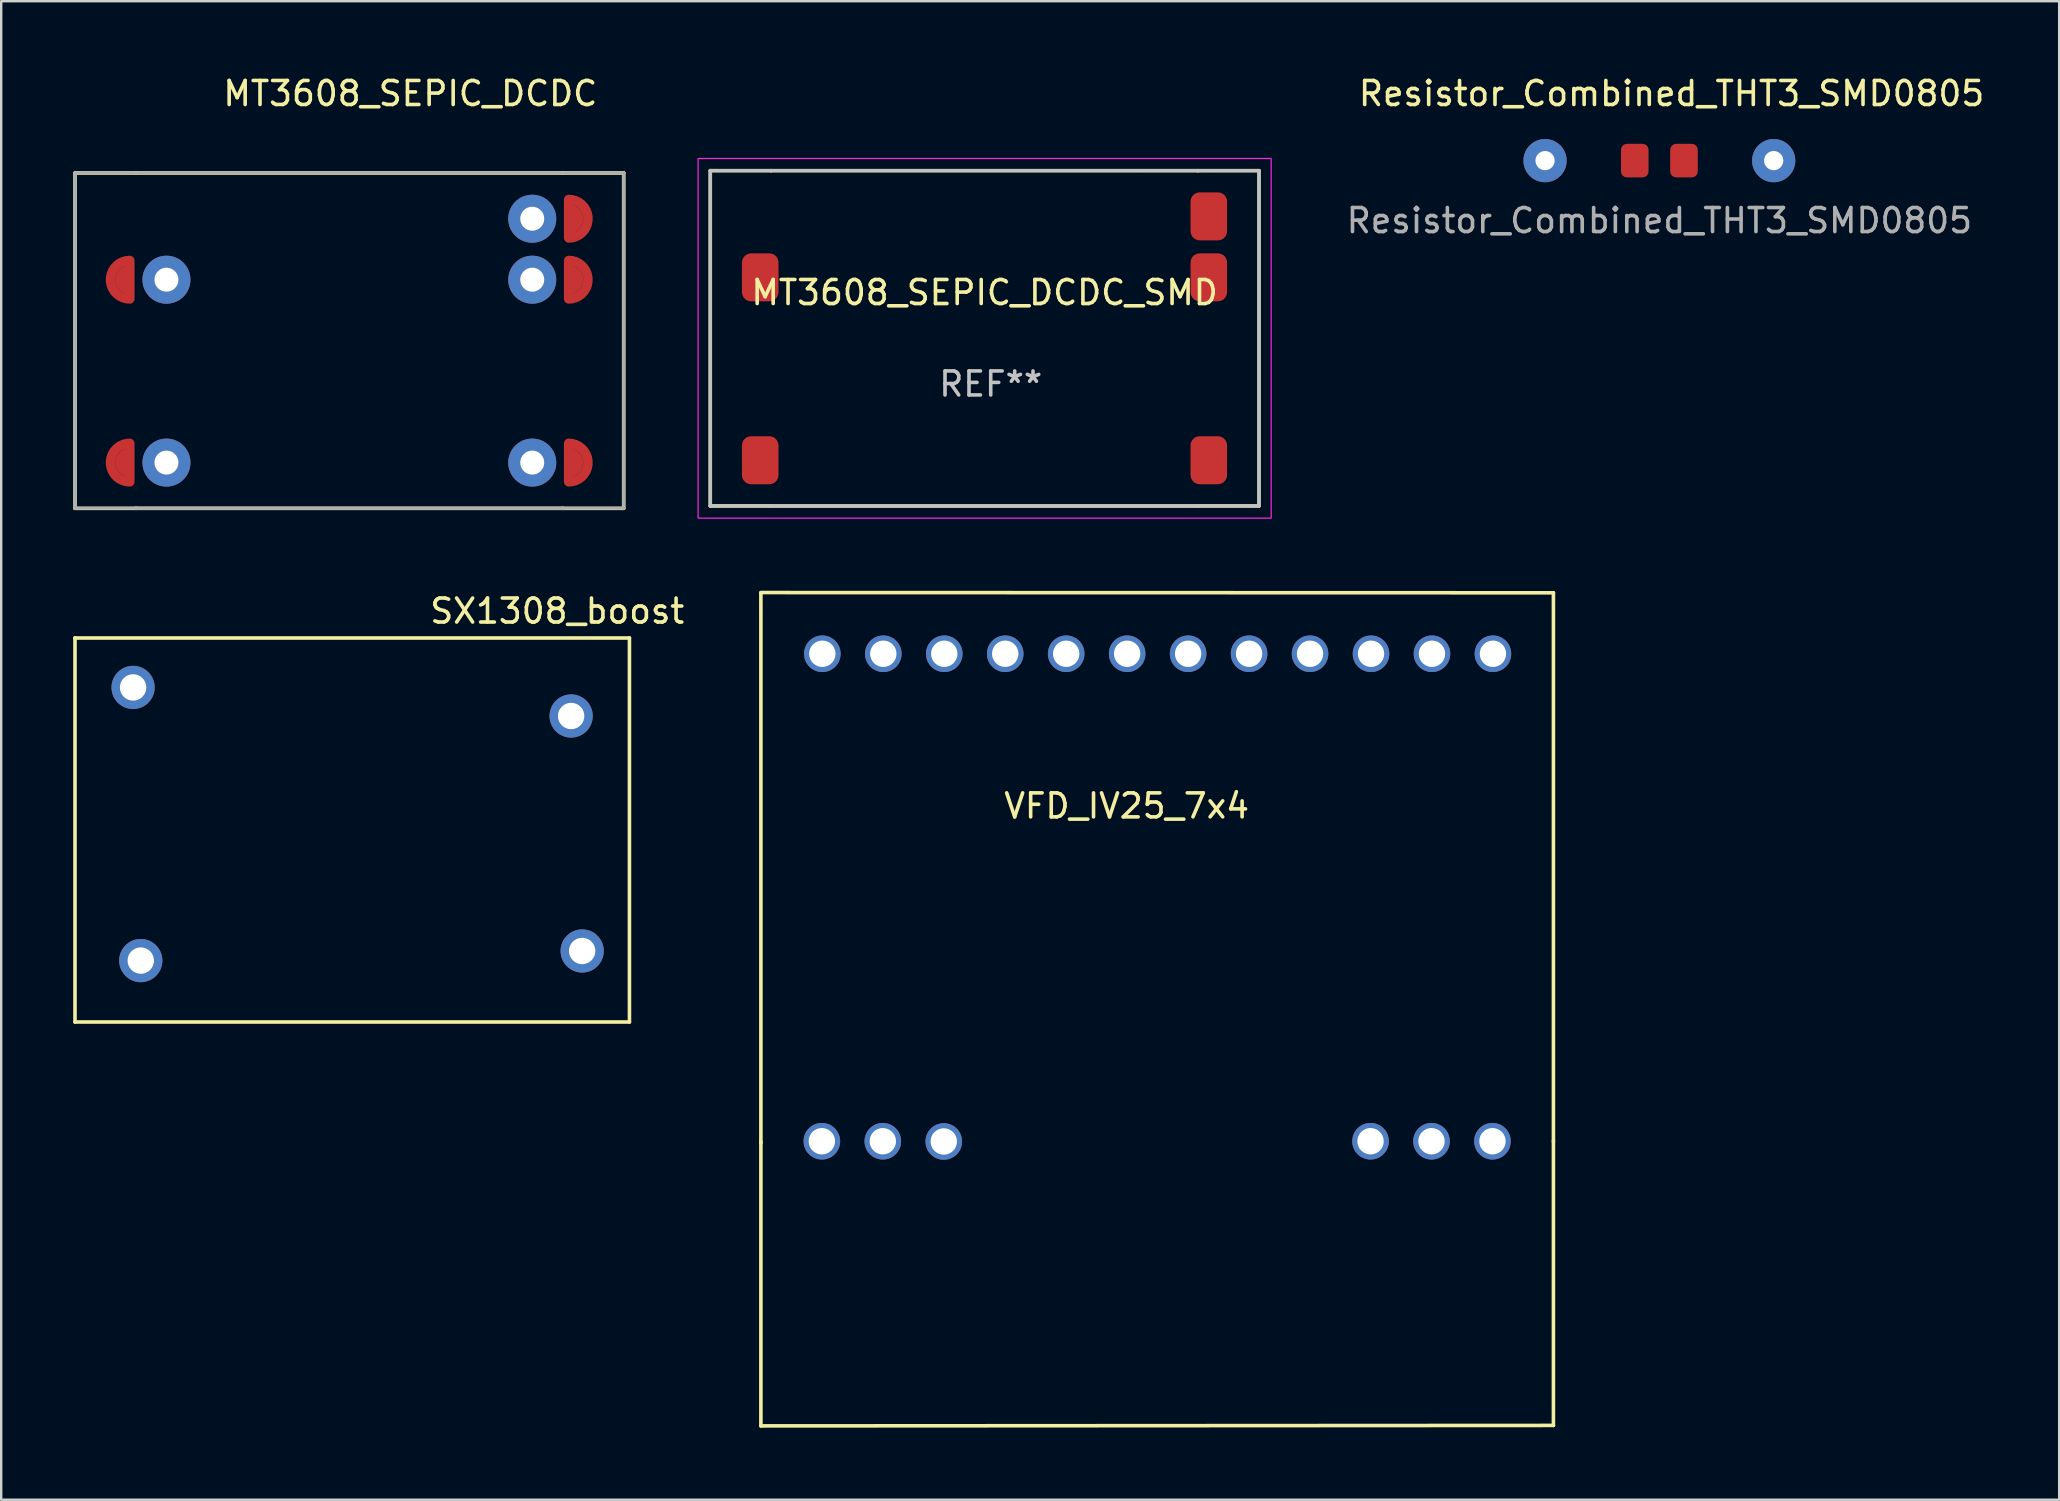
<source format=kicad_pcb>
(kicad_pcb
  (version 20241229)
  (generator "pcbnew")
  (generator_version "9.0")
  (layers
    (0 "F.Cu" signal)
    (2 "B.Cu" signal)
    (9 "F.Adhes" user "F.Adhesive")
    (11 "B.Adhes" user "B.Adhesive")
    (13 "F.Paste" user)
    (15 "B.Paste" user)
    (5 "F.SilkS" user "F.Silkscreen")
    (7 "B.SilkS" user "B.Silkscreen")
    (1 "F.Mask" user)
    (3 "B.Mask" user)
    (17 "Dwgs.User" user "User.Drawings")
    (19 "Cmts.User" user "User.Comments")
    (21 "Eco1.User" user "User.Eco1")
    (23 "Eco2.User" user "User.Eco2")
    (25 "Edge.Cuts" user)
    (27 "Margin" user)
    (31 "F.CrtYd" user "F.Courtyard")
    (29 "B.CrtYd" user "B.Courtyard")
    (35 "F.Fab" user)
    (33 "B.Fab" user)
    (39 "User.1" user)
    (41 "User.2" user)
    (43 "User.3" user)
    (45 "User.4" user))
  (footprint "VFD_IV25_7x4"
    (layer "F.Cu")
    (at 43.891 41.958)
    (property "Reference" "VFD_IV25_7x4" (at 0 -11.43 0) (layer "F.SilkS") (effects (font (size 1 1) (thickness 0.15))))
    (attr through_hole)
    (fp_line (start -15.24 -20.32) (end 17.78 -20.31) (stroke (width 0.15) (type solid)) (layer "F.SilkS"))
    (fp_line (start -15.24 2.56) (end -15.24 14.4) (stroke (width 0.15) (type solid)) (layer "F.SilkS"))
    (fp_line (start -15.24 2.62) (end -15.24 -20.31) (stroke (width 0.15) (type solid)) (layer "F.SilkS"))
    (fp_line (start 17.78 -20.31) (end 17.78 2.54) (stroke (width 0.15) (type solid)) (layer "F.SilkS"))
    (fp_line (start 17.78 2.54) (end 17.78 14.38) (stroke (width 0.15) (type solid)) (layer "F.SilkS"))
    (fp_line (start 17.78 14.38) (end -15.24 14.4) (stroke (width 0.15) (type solid)) (layer "F.SilkS"))
    (pad "1" thru_hole circle (at -12.68 -17.77) (size 1.524 1.524) (drill 1.1) (layers "*.Cu" "*.Mask"))
    (pad "2" thru_hole circle (at -10.14 -17.77) (size 1.524 1.524) (drill 1.1) (layers "*.Cu" "*.Mask"))
    (pad "3" thru_hole circle (at -7.6 -17.77) (size 1.524 1.524) (drill 1.1) (layers "*.Cu" "*.Mask"))
    (pad "4" thru_hole circle (at -5.06 -17.77) (size 1.524 1.524) (drill 1.1) (layers "*.Cu" "*.Mask"))
    (pad "5" thru_hole circle (at -2.52 -17.77) (size 1.524 1.524) (drill 1.1) (layers "*.Cu" "*.Mask"))
    (pad "6" thru_hole circle (at 0.02 -17.77) (size 1.524 1.524) (drill 1.1) (layers "*.Cu" "*.Mask"))
    (pad "7" thru_hole circle (at 2.56 -17.77) (size 1.524 1.524) (drill 1.1) (layers "*.Cu" "*.Mask"))
    (pad "8" thru_hole circle (at 5.1 -17.77) (size 1.524 1.524) (drill 1.1) (layers "*.Cu" "*.Mask"))
    (pad "9" thru_hole circle (at 7.64 -17.77) (size 1.524 1.524) (drill 1.1) (layers "*.Cu" "*.Mask"))
    (pad "10" thru_hole circle (at 10.18 -17.77) (size 1.524 1.524) (drill 1.1) (layers "*.Cu" "*.Mask"))
    (pad "11" thru_hole circle (at 12.72 -17.77) (size 1.524 1.524) (drill 1.1) (layers "*.Cu" "*.Mask"))
    (pad "12" thru_hole circle (at 15.26 -17.77) (size 1.524 1.524) (drill 1.1) (layers "*.Cu" "*.Mask"))
    (pad "13" thru_hole circle (at -12.7 2.54) (size 1.524 1.524) (drill 1.1) (layers "*.Cu" "*.Mask"))
    (pad "14" thru_hole circle (at -10.16 2.54) (size 1.524 1.524) (drill 1.1) (layers "*.Cu" "*.Mask"))
    (pad "15" thru_hole circle (at -7.62 2.55) (size 1.524 1.524) (drill 1.1) (layers "*.Cu" "*.Mask"))
    (pad "16" thru_hole circle (at 10.16 2.54) (size 1.524 1.524) (drill 1.1) (layers "*.Cu" "*.Mask"))
    (pad "17" thru_hole circle (at 12.7 2.54) (size 1.524 1.524) (drill 1.1) (layers "*.Cu" "*.Mask"))
    (pad "18" thru_hole circle (at 15.24 2.54) (size 1.524 1.524) (drill 1.1) (layers "*.Cu" "*.Mask")))
  (footprint "MT3608_SEPIC_DCDC"
    (layer "F.Cu")
    (at 14.045 0.348)
    (property "Reference" "MT3608_SEPIC_DCDC" (at 0 0.5 0) (layer "F.SilkS") (effects (font (size 1 1) (thickness 0.15))))
    (attr through_hole)
    (fp_line (start -13.97 3.81) (end -13.97 17.78) (stroke (width 0.15) (type solid)) (layer "F.SilkS"))
    (fp_line (start -13.97 3.81) (end -11.43 3.81) (stroke (width 0.15) (type solid)) (layer "F.SilkS"))
    (fp_line (start -11.43 17.78) (end -13.97 17.78) (stroke (width 0.15) (type solid)) (layer "F.SilkS"))
    (fp_line (start -11.43 17.78) (end 6.35 17.78) (stroke (width 0.15) (type solid)) (layer "F.SilkS"))
    (fp_line (start 6.35 3.81) (end -11.43 3.81) (stroke (width 0.15) (type solid)) (layer "F.SilkS"))
    (fp_line (start 6.35 3.81) (end 8.89 3.81) (stroke (width 0.15) (type solid)) (layer "F.SilkS"))
    (fp_line (start 8.89 17.78) (end 6.35 17.78) (stroke (width 0.15) (type solid)) (layer "F.SilkS"))
    (fp_line (start 8.89 17.78) (end 8.89 3.81) (stroke (width 0.15) (type solid)) (layer "F.SilkS"))
    (fp_line (start -13.97 3.81) (end -13.97 17.78) (stroke (width 0.12) (type solid)) (layer "F.Fab"))
    (fp_line (start -13.97 3.81) (end -13.97 17.78) (stroke (width 0.12) (type solid)) (layer "F.Fab"))
    (fp_line (start -13.97 17.78) (end -11.43 17.78) (stroke (width 0.12) (type solid)) (layer "F.Fab"))
    (fp_line (start -11.43 3.81) (end -13.97 3.81) (stroke (width 0.12) (type solid)) (layer "F.Fab"))
    (fp_line (start -11.43 17.78) (end 6.35 17.78) (stroke (width 0.12) (type solid)) (layer "F.Fab"))
    (fp_line (start -11.43 17.78) (end 6.35 17.78) (stroke (width 0.12) (type solid)) (layer "F.Fab"))
    (fp_line (start -11.43 17.78) (end 6.35 17.78) (stroke (width 0.12) (type solid)) (layer "F.Fab"))
    (fp_line (start 3.81 3.81) (end -11.43 3.81) (stroke (width 0.12) (type solid)) (layer "F.Fab"))
    (fp_line (start 6.35 3.81) (end 3.81 3.81) (stroke (width 0.12) (type solid)) (layer "F.Fab"))
    (fp_line (start 6.35 17.78) (end 8.89 17.78) (stroke (width 0.12) (type solid)) (layer "F.Fab"))
    (fp_line (start 6.985 3.81) (end 6.35 3.81) (stroke (width 0.12) (type solid)) (layer "F.Fab"))
    (fp_line (start 8.89 3.81) (end 6.985 3.81) (stroke (width 0.12) (type solid)) (layer "F.Fab"))
    (fp_line (start 8.89 17.78) (end 8.89 3.81) (stroke (width 0.12) (type solid)) (layer "F.Fab"))
    (fp_line (start 8.89 17.78) (end 8.89 3.81) (stroke (width 0.12) (type solid)) (layer "F.Fab"))
    (pad "EN" thru_hole circle (at 5.08 5.715) (size 2 2) (drill 1) (layers "*.Cu" "*.Mask"))
    (pad "EN" smd custom (at 6.6 5.715) (size 0.2 0.2) (layers "F.Cu" "F.Mask" "F.Paste") (options (anchor circle)) (primitives (gr_arc (start 0 -0.8) (mid 0.8 0) (end 0 0.8) (width 0.4)) (gr_arc (start 0 -0.4) (mid 0.4 0) (end 0 0.4) (width 0.4)) (gr_line (start 0 -0.8) (end 0 0.8) (width 0.4))))
    (pad "IN+" thru_hole circle (at 5.08 8.255) (size 2 2) (drill 1) (layers "*.Cu" "*.Mask"))
    (pad "IN+" smd custom (at 6.6 8.255) (size 0.2 0.2) (layers "F.Cu" "F.Mask" "F.Paste") (options (anchor circle)) (primitives (gr_arc (start 0 -0.8) (mid 0.8 0) (end 0 0.8) (width 0.4)) (gr_arc (start 0 -0.4) (mid 0.4 0) (end 0 0.4) (width 0.4)) (gr_line (start 0 0.8) (end 0 -0.8) (width 0.4))))
    (pad "IN-" thru_hole circle (at 5.08 15.875) (size 2 2) (drill 1) (layers "*.Cu" "*.Mask"))
    (pad "IN-" smd custom (at 6.6 15.875) (size 0.2 0.2) (layers "F.Cu" "F.Mask" "F.Paste") (options (anchor circle)) (primitives (gr_arc (start 0 -0.8) (mid 0.8 0) (end 0 0.8) (width 0.4)) (gr_arc (start 0 -0.4) (mid 0.4 0) (end 0 0.4) (width 0.4)) (gr_line (start 0 -0.8) (end 0 0.8) (width 0.4))))
    (pad "OUT+" smd custom (at -11.69 15.875) (size 0.22 0.22) (layers "F.Cu" "F.Mask" "F.Paste") (options (anchor circle)) (primitives (gr_arc (start 0 0.8) (mid -0.8 0) (end 0 -0.8) (width 0.4)) (gr_arc (start 0 0.4) (mid -0.4 0) (end 0 -0.4) (width 0.4)) (gr_line (start 0 -0.8) (end 0 0.8) (width 0.4))))
    (pad "OUT+" thru_hole circle (at -10.16 15.875) (size 2 2) (drill 1) (layers "*.Cu" "*.Mask"))
    (pad "OUT-" smd custom (at -11.69 8.255) (size 0.1 0.1) (layers "F.Cu" "F.Mask" "F.Paste") (options (anchor circle)) (primitives (gr_arc (start 0 0.8) (mid -0.8 0) (end 0 -0.8) (width 0.4)) (gr_line (start 0 -0.8) (end 0 0.8) (width 0.4)) (gr_arc (start 0 0.4) (mid -0.4 0) (end 0 -0.4) (width 0.4))))
    (pad "OUT-" thru_hole circle (at -10.16 8.255) (size 2 2) (drill 1) (layers "*.Cu" "*.Mask")))
  (footprint "SX1308_boost"
    (layer "F.Cu")
    (at 11.315 31.341)
    (property "Reference" "SX1308_boost" (at 8.85 -8.93 0) (layer "F.SilkS") (effects (font (size 1 1) (thickness 0.15))))
    (attr through_hole)
    (fp_line (start -11.24 -7.81) (end -11.23 -7.81) (stroke (width 0.15) (type solid)) (layer "F.SilkS"))
    (fp_line (start -11.24 -7.81) (end 11.86 -7.81) (stroke (width 0.15) (type solid)) (layer "F.SilkS"))
    (fp_line (start -11.24 8.19) (end -11.24 -7.81) (stroke (width 0.15) (type solid)) (layer "F.SilkS"))
    (fp_line (start 11.86 -7.81) (end 11.86 8.19) (stroke (width 0.15) (type solid)) (layer "F.SilkS"))
    (fp_line (start 11.86 8.19) (end -11.24 8.19) (stroke (width 0.15) (type solid)) (layer "F.SilkS"))
    (pad "IN+" thru_hole circle (at -8.82 -5.75) (size 1.8 1.8) (drill 1.1) (layers "*.Cu" "*.Mask"))
    (pad "IN-" thru_hole circle (at -8.5 5.63) (size 1.8 1.8) (drill 1.1) (layers "*.Cu" "*.Mask"))
    (pad "OUT+" thru_hole circle (at 9.43 -4.56) (size 1.8 1.8) (drill 1.1) (layers "*.Cu" "*.Mask"))
    (pad "OUT-" thru_hole circle (at 9.89 5.23) (size 1.8 1.8) (drill 1.1) (layers "*.Cu" "*.Mask")))
  (footprint "MT3608_SEPIC_DCDC_SMD"
    (layer "F.Cu")
    (at 40.513 0.25)
    (property "Reference" "MT3608_SEPIC_DCDC_SMD" (at -2.54 8.89 0) (layer "F.SilkS") (effects (font (size 1 1) (thickness 0.15))))
    (attr through_hole)
    (fp_line (start -13.97 3.81) (end -13.97 17.78) (stroke (width 0.15) (type solid)) (layer "F.SilkS"))
    (fp_line (start -13.97 3.81) (end -11.43 3.81) (stroke (width 0.15) (type solid)) (layer "F.SilkS"))
    (fp_line (start -11.43 17.78) (end -13.97 17.78) (stroke (width 0.15) (type solid)) (layer "F.SilkS"))
    (fp_line (start -11.43 17.78) (end 6.35 17.78) (stroke (width 0.15) (type solid)) (layer "F.SilkS"))
    (fp_line (start 6.35 3.81) (end -11.43 3.81) (stroke (width 0.15) (type solid)) (layer "F.SilkS"))
    (fp_line (start 6.35 3.81) (end 8.89 3.81) (stroke (width 0.15) (type solid)) (layer "F.SilkS"))
    (fp_line (start 8.89 17.78) (end 6.35 17.78) (stroke (width 0.15) (type solid)) (layer "F.SilkS"))
    (fp_line (start 8.89 17.78) (end 8.89 3.81) (stroke (width 0.15) (type solid)) (layer "F.SilkS"))
    (fp_rect (start 8.89 17.78) (end -13.97 3.81) (stroke (width 0.12) (type solid)) (fill no) (layer "Dwgs.User"))
    (fp_rect (start 9.398 18.288) (end -14.478 3.302) (stroke (width 0.05) (type solid)) (fill no) (layer "F.CrtYd"))
    (fp_line (start -13.97 3.81) (end -13.97 17.78) (stroke (width 0.12) (type solid)) (layer "F.Fab"))
    (fp_line (start -13.97 3.81) (end -13.97 17.78) (stroke (width 0.12) (type solid)) (layer "F.Fab"))
    (fp_line (start -13.97 17.78) (end -11.43 17.78) (stroke (width 0.12) (type solid)) (layer "F.Fab"))
    (fp_line (start -11.43 3.81) (end -13.97 3.81) (stroke (width 0.12) (type solid)) (layer "F.Fab"))
    (fp_line (start -11.43 17.78) (end 6.35 17.78) (stroke (width 0.12) (type solid)) (layer "F.Fab"))
    (fp_line (start -11.43 17.78) (end 6.35 17.78) (stroke (width 0.12) (type solid)) (layer "F.Fab"))
    (fp_line (start -11.43 17.78) (end 6.35 17.78) (stroke (width 0.12) (type solid)) (layer "F.Fab"))
    (fp_line (start 3.81 3.81) (end -11.43 3.81) (stroke (width 0.12) (type solid)) (layer "F.Fab"))
    (fp_line (start 6.35 3.81) (end 3.81 3.81) (stroke (width 0.12) (type solid)) (layer "F.Fab"))
    (fp_line (start 6.35 17.78) (end 8.89 17.78) (stroke (width 0.12) (type solid)) (layer "F.Fab"))
    (fp_line (start 6.985 3.81) (end 6.35 3.81) (stroke (width 0.12) (type solid)) (layer "F.Fab"))
    (fp_line (start 8.89 3.81) (end 6.985 3.81) (stroke (width 0.12) (type solid)) (layer "F.Fab"))
    (fp_line (start 8.89 17.78) (end 8.89 3.81) (stroke (width 0.12) (type solid)) (layer "F.Fab"))
    (fp_line (start 8.89 17.78) (end 8.89 3.81) (stroke (width 0.12) (type solid)) (layer "F.Fab"))
    (fp_text user "REF**" (at -2.286 12.7 0) (unlocked yes) (layer "Dwgs.User") (effects (font (size 1 1) (thickness 0.15))))
    (pad "EN" smd roundrect (at 6.8 5.715) (size 1.524 2) (layers "F.Cu" "F.Mask" "F.Paste") (roundrect_rratio 0.25))
    (pad "IN+" smd roundrect (at 6.8 8.255) (size 1.524 2) (layers "F.Cu" "F.Mask" "F.Paste") (roundrect_rratio 0.25))
    (pad "IN-" smd roundrect (at 6.8 15.875) (size 1.524 2) (layers "F.Cu" "F.Mask" "F.Paste") (roundrect_rratio 0.25))
    (pad "OUT+" smd roundrect (at -11.89 15.875) (size 1.524 2) (layers "F.Cu" "F.Mask" "F.Paste") (roundrect_rratio 0.25))
    (pad "OUT-" smd roundrect (at -11.89 8.255) (size 1.524 2) (layers "F.Cu" "F.Mask" "F.Paste") (roundrect_rratio 0.25)))
  (footprint "Resistor_Combined_THT3_SMD0805"
    (layer "F.Cu")
    (at 66.085 3.642)
    (property "Reference" "Resistor_Combined_THT3_SMD0805" (at 0.508 -2.794 0) (unlocked yes) (layer "F.SilkS") (effects (font (size 1 1) (thickness 0.15))))
    (attr through_hole)
    (fp_text user "${REFERENCE}" (at 0 2.5 0) (unlocked yes) (layer "F.Fab") (effects (font (size 1 1) (thickness 0.15))))
    (pad "1" smd roundrect (at 1.025 0) (size 1.15 1.4) (layers "F.Cu" "F.Mask" "F.Paste") (roundrect_rratio 0.217))
    (pad "1" thru_hole circle (at 4.763 0) (size 1.8 1.8) (drill 0.8) (layers "*.Cu" "*.Mask"))
    (pad "2" thru_hole circle (at -4.763 0) (size 1.8 1.8) (drill 0.8) (layers "*.Cu" "*.Mask"))
    (pad "2" smd roundrect (at -1.025 0) (size 1.15 1.4) (layers "F.Cu" "F.Mask" "F.Paste") (roundrect_rratio 0.217)))
  (gr_rect
    (start -3 -3)
    (end 82.742 59.433)
    (stroke (width 0.1) (type default))
    (fill no)
    (layer "Edge.Cuts")))
</source>
